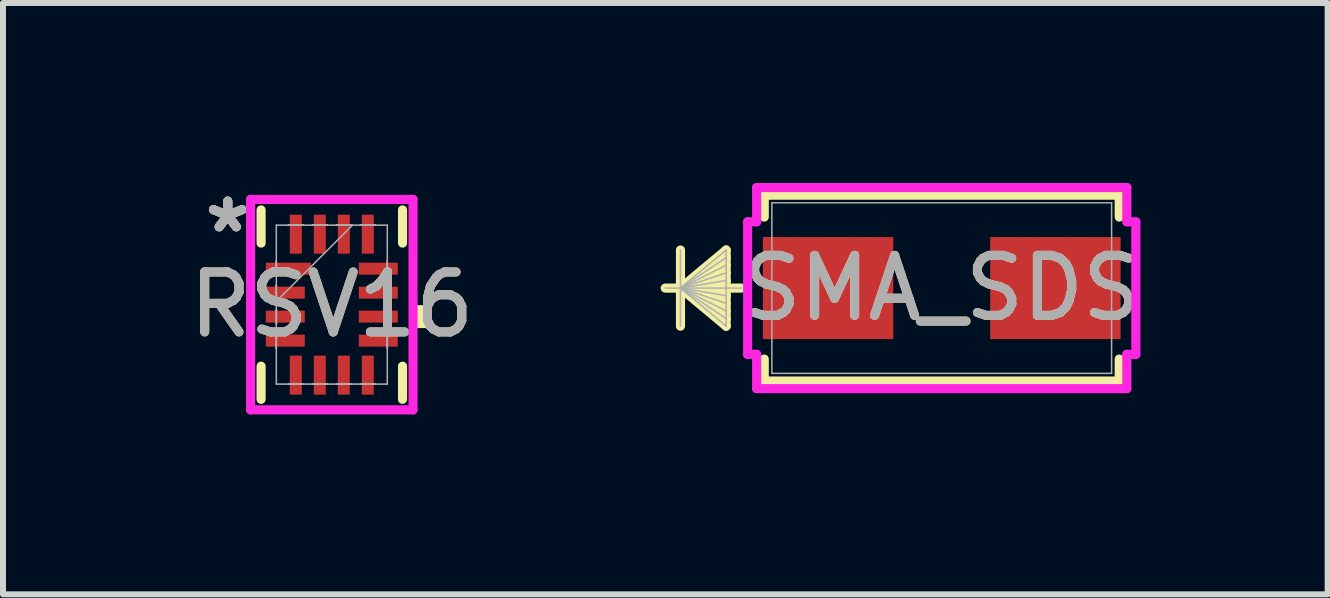
<source format=kicad_pcb>
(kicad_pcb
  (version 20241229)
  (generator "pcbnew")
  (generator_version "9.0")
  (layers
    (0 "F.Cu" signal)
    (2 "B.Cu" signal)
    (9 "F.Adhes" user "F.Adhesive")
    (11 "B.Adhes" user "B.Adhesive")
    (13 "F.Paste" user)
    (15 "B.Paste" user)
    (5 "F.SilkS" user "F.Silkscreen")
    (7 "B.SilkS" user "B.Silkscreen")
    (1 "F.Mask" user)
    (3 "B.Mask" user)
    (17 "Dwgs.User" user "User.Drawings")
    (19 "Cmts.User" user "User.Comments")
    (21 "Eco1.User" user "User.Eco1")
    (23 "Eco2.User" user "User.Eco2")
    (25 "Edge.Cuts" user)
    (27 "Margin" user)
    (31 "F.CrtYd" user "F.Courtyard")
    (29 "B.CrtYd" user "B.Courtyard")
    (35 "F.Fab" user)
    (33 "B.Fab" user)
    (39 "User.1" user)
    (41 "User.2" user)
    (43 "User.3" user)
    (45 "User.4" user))
  (footprint "SMA_SDS"
    (layer "F.Cu")
    (at 12.651 1.753)
    (property "Reference" "SMA_SDS" (at 0 0 0) (unlocked yes) (layer "F.SilkS") (effects (font (size 1 1) (thickness 0.15))))
    (attr smd)
    (fp_line (start -4.356 -0.635) (end -4.356 0.635) (stroke (width 0.152) (type solid)) (layer "F.SilkS"))
    (fp_line (start -4.356 0) (end -3.594 -0.635) (stroke (width 0.152) (type solid)) (layer "F.SilkS"))
    (fp_line (start -4.356 0) (end -3.594 -0.508) (stroke (width 0.152) (type solid)) (layer "F.SilkS"))
    (fp_line (start -4.356 0) (end -3.594 -0.381) (stroke (width 0.152) (type solid)) (layer "F.SilkS"))
    (fp_line (start -4.356 0) (end -3.594 -0.254) (stroke (width 0.152) (type solid)) (layer "F.SilkS"))
    (fp_line (start -4.356 0) (end -3.594 -0.127) (stroke (width 0.152) (type solid)) (layer "F.SilkS"))
    (fp_line (start -4.356 0) (end -3.594 0.127) (stroke (width 0.152) (type solid)) (layer "F.SilkS"))
    (fp_line (start -4.356 0) (end -3.594 0.254) (stroke (width 0.152) (type solid)) (layer "F.SilkS"))
    (fp_line (start -4.356 0) (end -3.594 0.381) (stroke (width 0.152) (type solid)) (layer "F.SilkS"))
    (fp_line (start -4.356 0) (end -3.594 0.508) (stroke (width 0.152) (type solid)) (layer "F.SilkS"))
    (fp_line (start -4.356 0) (end -3.594 0.635) (stroke (width 0.152) (type solid)) (layer "F.SilkS"))
    (fp_line (start -3.594 -0.635) (end -3.594 0.635) (stroke (width 0.152) (type solid)) (layer "F.SilkS"))
    (fp_line (start -3.34 0) (end -4.61 0) (stroke (width 0.152) (type solid)) (layer "F.SilkS"))
    (fp_line (start -2.959 -1.549) (end -2.959 -1.184) (stroke (width 0.152) (type solid)) (layer "F.SilkS"))
    (fp_line (start -2.959 1.184) (end -2.959 1.549) (stroke (width 0.152) (type solid)) (layer "F.SilkS"))
    (fp_line (start -2.959 1.549) (end 2.959 1.549) (stroke (width 0.152) (type solid)) (layer "F.SilkS"))
    (fp_line (start 2.959 -1.549) (end -2.959 -1.549) (stroke (width 0.152) (type solid)) (layer "F.SilkS"))
    (fp_line (start 2.959 -1.184) (end 2.959 -1.549) (stroke (width 0.152) (type solid)) (layer "F.SilkS"))
    (fp_line (start 2.959 1.549) (end 2.959 1.184) (stroke (width 0.152) (type solid)) (layer "F.SilkS"))
    (fp_line (start -3.236 -1.105) (end -3.086 -1.105) (stroke (width 0.152) (type solid)) (layer "F.CrtYd"))
    (fp_line (start -3.236 1.105) (end -3.236 -1.105) (stroke (width 0.152) (type solid)) (layer "F.CrtYd"))
    (fp_line (start -3.086 -1.676) (end 3.086 -1.676) (stroke (width 0.152) (type solid)) (layer "F.CrtYd"))
    (fp_line (start -3.086 -1.105) (end -3.086 -1.676) (stroke (width 0.152) (type solid)) (layer "F.CrtYd"))
    (fp_line (start -3.086 1.105) (end -3.236 1.105) (stroke (width 0.152) (type solid)) (layer "F.CrtYd"))
    (fp_line (start -3.086 1.676) (end -3.086 1.105) (stroke (width 0.152) (type solid)) (layer "F.CrtYd"))
    (fp_line (start 3.086 -1.676) (end 3.086 -1.105) (stroke (width 0.152) (type solid)) (layer "F.CrtYd"))
    (fp_line (start 3.086 -1.105) (end 3.236 -1.105) (stroke (width 0.152) (type solid)) (layer "F.CrtYd"))
    (fp_line (start 3.086 1.105) (end 3.086 1.676) (stroke (width 0.152) (type solid)) (layer "F.CrtYd"))
    (fp_line (start 3.086 1.676) (end -3.086 1.676) (stroke (width 0.152) (type solid)) (layer "F.CrtYd"))
    (fp_line (start 3.236 -1.105) (end 3.236 1.105) (stroke (width 0.152) (type solid)) (layer "F.CrtYd"))
    (fp_line (start 3.236 1.105) (end 3.086 1.105) (stroke (width 0.152) (type solid)) (layer "F.CrtYd"))
    (fp_line (start -4.356 -0.635) (end -4.356 0.635) (stroke (width 0.025) (type solid)) (layer "F.Fab"))
    (fp_line (start -4.356 0) (end -3.594 -0.635) (stroke (width 0.025) (type solid)) (layer "F.Fab"))
    (fp_line (start -4.356 0) (end -3.594 -0.508) (stroke (width 0.025) (type solid)) (layer "F.Fab"))
    (fp_line (start -4.356 0) (end -3.594 -0.381) (stroke (width 0.025) (type solid)) (layer "F.Fab"))
    (fp_line (start -4.356 0) (end -3.594 -0.254) (stroke (width 0.025) (type solid)) (layer "F.Fab"))
    (fp_line (start -4.356 0) (end -3.594 -0.127) (stroke (width 0.025) (type solid)) (layer "F.Fab"))
    (fp_line (start -4.356 0) (end -3.594 0.127) (stroke (width 0.025) (type solid)) (layer "F.Fab"))
    (fp_line (start -4.356 0) (end -3.594 0.254) (stroke (width 0.025) (type solid)) (layer "F.Fab"))
    (fp_line (start -4.356 0) (end -3.594 0.381) (stroke (width 0.025) (type solid)) (layer "F.Fab"))
    (fp_line (start -4.356 0) (end -3.594 0.508) (stroke (width 0.025) (type solid)) (layer "F.Fab"))
    (fp_line (start -4.356 0) (end -3.594 0.635) (stroke (width 0.025) (type solid)) (layer "F.Fab"))
    (fp_line (start -3.594 -0.635) (end -3.594 0.635) (stroke (width 0.025) (type solid)) (layer "F.Fab"))
    (fp_line (start -3.34 0) (end -4.61 0) (stroke (width 0.025) (type solid)) (layer "F.Fab"))
    (fp_line (start -2.832 -1.422) (end -2.832 1.422) (stroke (width 0.025) (type solid)) (layer "F.Fab"))
    (fp_line (start -2.832 1.422) (end 2.832 1.422) (stroke (width 0.025) (type solid)) (layer "F.Fab"))
    (fp_line (start 2.832 -1.422) (end -2.832 -1.422) (stroke (width 0.025) (type solid)) (layer "F.Fab"))
    (fp_line (start 2.832 1.422) (end 2.832 -1.422) (stroke (width 0.025) (type solid)) (layer "F.Fab"))
    (fp_text user "${REFERENCE}" (at 0 0 0) (unlocked yes) (layer "F.Fab") (effects (font (size 1 1) (thickness 0.15))))
    (pad "1" smd rect (at -1.895 0 90) (size 1.702 2.174) (layers "F.Cu" "F.Mask" "F.Paste"))
    (pad "2" smd rect (at 1.895 0 90) (size 1.702 2.174) (layers "F.Cu" "F.Mask" "F.Paste"))
    (zone (net_name "") (layer "F.Cu") (hatch full 0.508) (connect_pads) (min_thickness 0.254) (filled_areas_thickness no) (keepout (tracks not_allowed) (vias not_allowed) (pads allowed) (copperpour not_allowed) (footprints allowed)) (placement (enabled no)) (fill) (polygon (pts (xy 9.869 0.381) (xy 15.432 0.381) (xy 15.432 0.851) (xy 9.869 0.851))))
    (zone (net_name "") (layer "F.Cu") (hatch full 0.508) (connect_pads) (min_thickness 0.254) (filled_areas_thickness no) (keepout (tracks not_allowed) (vias not_allowed) (pads allowed) (copperpour not_allowed) (footprints allowed)) (placement (enabled no)) (fill) (polygon (pts (xy 9.869 2.654) (xy 15.432 2.654) (xy 15.432 3.124) (xy 9.869 3.124))))
    (zone (net_name "") (layer "F.Cu") (hatch full 0.508) (connect_pads) (min_thickness 0.254) (filled_areas_thickness no) (keepout (tracks not_allowed) (vias not_allowed) (pads allowed) (copperpour not_allowed) (footprints allowed)) (placement (enabled no)) (fill) (polygon (pts (xy 11.893 0.851) (xy 13.408 0.851) (xy 13.408 2.654) (xy 11.893 2.654)))))
  (footprint "RSV16"
    (layer "F.Cu")
    (at 2.482 2.029)
    (property "Reference" "RSV16" (at 0 0 0) (unlocked yes) (layer "F.SilkS") (effects (font (size 1 1) (thickness 0.15))))
    (attr smd)
    (fp_poly (pts (xy -1.15 -0.75) (xy -1.15 -0.45) (xy -0.4 -0.45) (xy -0.4 -0.75)) (stroke (width 0) (type solid)) (fill yes) (layer "F.Mask"))
    (fp_poly (pts (xy -1.15 -0.35) (xy -1.15 -0.05) (xy -0.4 -0.05) (xy -0.4 -0.35)) (stroke (width 0) (type solid)) (fill yes) (layer "F.Mask"))
    (fp_poly (pts (xy -1.15 0.05) (xy -1.15 0.35) (xy -0.4 0.35) (xy -0.4 0.05)) (stroke (width 0) (type solid)) (fill yes) (layer "F.Mask"))
    (fp_poly (pts (xy -1.15 0.45) (xy -1.15 0.75) (xy -0.4 0.75) (xy -0.4 0.45)) (stroke (width 0) (type solid)) (fill yes) (layer "F.Mask"))
    (fp_poly (pts (xy -0.75 -1.55) (xy -0.75 -0.8) (xy -0.45 -0.8) (xy -0.45 -1.55)) (stroke (width 0) (type solid)) (fill yes) (layer "F.Mask"))
    (fp_poly (pts (xy -0.75 0.8) (xy -0.75 1.55) (xy -0.45 1.55) (xy -0.45 0.8)) (stroke (width 0) (type solid)) (fill yes) (layer "F.Mask"))
    (fp_poly (pts (xy -0.35 -1.55) (xy -0.35 -0.8) (xy -0.05 -0.8) (xy -0.05 -1.55)) (stroke (width 0) (type solid)) (fill yes) (layer "F.Mask"))
    (fp_poly (pts (xy -0.35 0.8) (xy -0.35 1.55) (xy -0.05 1.55) (xy -0.05 0.8)) (stroke (width 0) (type solid)) (fill yes) (layer "F.Mask"))
    (fp_poly (pts (xy 0.05 -1.55) (xy 0.05 -0.8) (xy 0.35 -0.8) (xy 0.35 -1.55)) (stroke (width 0) (type solid)) (fill yes) (layer "F.Mask"))
    (fp_poly (pts (xy 0.05 0.8) (xy 0.05 1.55) (xy 0.35 1.55) (xy 0.35 0.8)) (stroke (width 0) (type solid)) (fill yes) (layer "F.Mask"))
    (fp_poly (pts (xy 0.4 -0.75) (xy 0.4 -0.45) (xy 1.15 -0.45) (xy 1.15 -0.75)) (stroke (width 0) (type solid)) (fill yes) (layer "F.Mask"))
    (fp_poly (pts (xy 0.4 -0.35) (xy 0.4 -0.05) (xy 1.15 -0.05) (xy 1.15 -0.35)) (stroke (width 0) (type solid)) (fill yes) (layer "F.Mask"))
    (fp_poly (pts (xy 0.4 0.05) (xy 0.4 0.35) (xy 1.15 0.35) (xy 1.15 0.05)) (stroke (width 0) (type solid)) (fill yes) (layer "F.Mask"))
    (fp_poly (pts (xy 0.4 0.45) (xy 0.4 0.75) (xy 1.15 0.75) (xy 1.15 0.45)) (stroke (width 0) (type solid)) (fill yes) (layer "F.Mask"))
    (fp_poly (pts (xy 0.45 -1.55) (xy 0.45 -0.8) (xy 0.75 -0.8) (xy 0.75 -1.55)) (stroke (width 0) (type solid)) (fill yes) (layer "F.Mask"))
    (fp_poly (pts (xy 0.45 0.8) (xy 0.45 1.55) (xy 0.75 1.55) (xy 0.75 0.8)) (stroke (width 0) (type solid)) (fill yes) (layer "F.Mask"))
    (fp_line (start -1.179 -1.579) (end -1.179 -1.026) (stroke (width 0.152) (type solid)) (layer "F.SilkS"))
    (fp_line (start -1.179 1.026) (end -1.179 1.579) (stroke (width 0.152) (type solid)) (layer "F.SilkS"))
    (fp_line (start 1.179 -1.026) (end 1.179 -1.579) (stroke (width 0.152) (type solid)) (layer "F.SilkS"))
    (fp_line (start 1.179 1.579) (end 1.179 1.026) (stroke (width 0.152) (type solid)) (layer "F.SilkS"))
    (fp_poly (pts (xy 1.608 0.009) (xy 1.608 0.391) (xy 1.354 0.391) (xy 1.354 0.009)) (stroke (width 0) (type solid)) (fill yes) (layer "F.SilkS"))
    (fp_poly (pts (xy -1.075 -0.675) (xy -1.075 -0.525) (xy -0.475 -0.525) (xy -0.475 -0.675)) (stroke (width 0) (type solid)) (fill yes) (layer "F.Paste"))
    (fp_poly (pts (xy -1.075 -0.275) (xy -1.075 -0.125) (xy -0.475 -0.125) (xy -0.475 -0.275)) (stroke (width 0) (type solid)) (fill yes) (layer "F.Paste"))
    (fp_poly (pts (xy -1.075 0.125) (xy -1.075 0.275) (xy -0.475 0.275) (xy -0.475 0.125)) (stroke (width 0) (type solid)) (fill yes) (layer "F.Paste"))
    (fp_poly (pts (xy -1.075 0.525) (xy -1.075 0.675) (xy -0.475 0.675) (xy -0.475 0.525)) (stroke (width 0) (type solid)) (fill yes) (layer "F.Paste"))
    (fp_poly (pts (xy -0.675 -1.475) (xy -0.675 -0.875) (xy -0.525 -0.875) (xy -0.525 -1.475)) (stroke (width 0) (type solid)) (fill yes) (layer "F.Paste"))
    (fp_poly (pts (xy -0.675 0.875) (xy -0.675 1.475) (xy -0.525 1.475) (xy -0.525 0.875)) (stroke (width 0) (type solid)) (fill yes) (layer "F.Paste"))
    (fp_poly (pts (xy -0.275 -1.475) (xy -0.275 -0.875) (xy -0.125 -0.875) (xy -0.125 -1.475)) (stroke (width 0) (type solid)) (fill yes) (layer "F.Paste"))
    (fp_poly (pts (xy -0.275 0.875) (xy -0.275 1.475) (xy -0.125 1.475) (xy -0.125 0.875)) (stroke (width 0) (type solid)) (fill yes) (layer "F.Paste"))
    (fp_poly (pts (xy 0.125 -1.475) (xy 0.125 -0.875) (xy 0.275 -0.875) (xy 0.275 -1.475)) (stroke (width 0) (type solid)) (fill yes) (layer "F.Paste"))
    (fp_poly (pts (xy 0.125 0.875) (xy 0.125 1.475) (xy 0.275 1.475) (xy 0.275 0.875)) (stroke (width 0) (type solid)) (fill yes) (layer "F.Paste"))
    (fp_poly (pts (xy 0.475 -0.675) (xy 0.475 -0.525) (xy 1.075 -0.525) (xy 1.075 -0.675)) (stroke (width 0) (type solid)) (fill yes) (layer "F.Paste"))
    (fp_poly (pts (xy 0.475 -0.275) (xy 0.475 -0.125) (xy 1.075 -0.125) (xy 1.075 -0.275)) (stroke (width 0) (type solid)) (fill yes) (layer "F.Paste"))
    (fp_poly (pts (xy 0.475 0.125) (xy 0.475 0.275) (xy 1.075 0.275) (xy 1.075 0.125)) (stroke (width 0) (type solid)) (fill yes) (layer "F.Paste"))
    (fp_poly (pts (xy 0.475 0.525) (xy 0.475 0.675) (xy 1.075 0.675) (xy 1.075 0.525)) (stroke (width 0) (type solid)) (fill yes) (layer "F.Paste"))
    (fp_poly (pts (xy 0.525 -1.475) (xy 0.525 -0.875) (xy 0.675 -0.875) (xy 0.675 -1.475)) (stroke (width 0) (type solid)) (fill yes) (layer "F.Paste"))
    (fp_poly (pts (xy 0.525 0.875) (xy 0.525 1.475) (xy 0.675 1.475) (xy 0.675 0.875)) (stroke (width 0) (type solid)) (fill yes) (layer "F.Paste"))
    (fp_line (start -1.354 -1.754) (end 1.354 -1.754) (stroke (width 0.152) (type solid)) (layer "F.CrtYd"))
    (fp_line (start -1.354 1.754) (end -1.354 -1.754) (stroke (width 0.152) (type solid)) (layer "F.CrtYd"))
    (fp_line (start 1.354 -1.754) (end 1.354 1.754) (stroke (width 0.152) (type solid)) (layer "F.CrtYd"))
    (fp_line (start 1.354 1.754) (end -1.354 1.754) (stroke (width 0.152) (type solid)) (layer "F.CrtYd"))
    (fp_line (start -0.925 -1.325) (end -0.925 1.325) (stroke (width 0.025) (type solid)) (layer "F.Fab"))
    (fp_line (start -0.925 -0.725) (end -0.925 -0.725) (stroke (width 0.025) (type solid)) (layer "F.Fab"))
    (fp_line (start -0.925 -0.725) (end -0.925 -0.475) (stroke (width 0.025) (type solid)) (layer "F.Fab"))
    (fp_line (start -0.925 -0.475) (end -0.925 -0.725) (stroke (width 0.025) (type solid)) (layer "F.Fab"))
    (fp_line (start -0.925 -0.475) (end -0.925 -0.475) (stroke (width 0.025) (type solid)) (layer "F.Fab"))
    (fp_line (start -0.925 -0.325) (end -0.925 -0.325) (stroke (width 0.025) (type solid)) (layer "F.Fab"))
    (fp_line (start -0.925 -0.325) (end -0.925 -0.075) (stroke (width 0.025) (type solid)) (layer "F.Fab"))
    (fp_line (start -0.925 -0.075) (end -0.925 -0.325) (stroke (width 0.025) (type solid)) (layer "F.Fab"))
    (fp_line (start -0.925 -0.075) (end -0.925 -0.075) (stroke (width 0.025) (type solid)) (layer "F.Fab"))
    (fp_line (start -0.925 -0.055) (end 0.345 -1.325) (stroke (width 0.025) (type solid)) (layer "F.Fab"))
    (fp_line (start -0.925 0.075) (end -0.925 0.075) (stroke (width 0.025) (type solid)) (layer "F.Fab"))
    (fp_line (start -0.925 0.075) (end -0.925 0.325) (stroke (width 0.025) (type solid)) (layer "F.Fab"))
    (fp_line (start -0.925 0.325) (end -0.925 0.075) (stroke (width 0.025) (type solid)) (layer "F.Fab"))
    (fp_line (start -0.925 0.325) (end -0.925 0.325) (stroke (width 0.025) (type solid)) (layer "F.Fab"))
    (fp_line (start -0.925 0.475) (end -0.925 0.475) (stroke (width 0.025) (type solid)) (layer "F.Fab"))
    (fp_line (start -0.925 0.475) (end -0.925 0.725) (stroke (width 0.025) (type solid)) (layer "F.Fab"))
    (fp_line (start -0.925 0.725) (end -0.925 0.475) (stroke (width 0.025) (type solid)) (layer "F.Fab"))
    (fp_line (start -0.925 0.725) (end -0.925 0.725) (stroke (width 0.025) (type solid)) (layer "F.Fab"))
    (fp_line (start -0.925 1.325) (end 0.925 1.325) (stroke (width 0.025) (type solid)) (layer "F.Fab"))
    (fp_line (start -0.725 -1.325) (end -0.725 -1.325) (stroke (width 0.025) (type solid)) (layer "F.Fab"))
    (fp_line (start -0.725 -1.325) (end -0.475 -1.325) (stroke (width 0.025) (type solid)) (layer "F.Fab"))
    (fp_line (start -0.725 1.325) (end -0.725 1.325) (stroke (width 0.025) (type solid)) (layer "F.Fab"))
    (fp_line (start -0.725 1.325) (end -0.475 1.325) (stroke (width 0.025) (type solid)) (layer "F.Fab"))
    (fp_line (start -0.475 -1.325) (end -0.725 -1.325) (stroke (width 0.025) (type solid)) (layer "F.Fab"))
    (fp_line (start -0.475 -1.325) (end -0.475 -1.325) (stroke (width 0.025) (type solid)) (layer "F.Fab"))
    (fp_line (start -0.475 1.325) (end -0.725 1.325) (stroke (width 0.025) (type solid)) (layer "F.Fab"))
    (fp_line (start -0.475 1.325) (end -0.475 1.325) (stroke (width 0.025) (type solid)) (layer "F.Fab"))
    (fp_line (start -0.325 -1.325) (end -0.325 -1.325) (stroke (width 0.025) (type solid)) (layer "F.Fab"))
    (fp_line (start -0.325 -1.325) (end -0.075 -1.325) (stroke (width 0.025) (type solid)) (layer "F.Fab"))
    (fp_line (start -0.325 1.325) (end -0.325 1.325) (stroke (width 0.025) (type solid)) (layer "F.Fab"))
    (fp_line (start -0.325 1.325) (end -0.075 1.325) (stroke (width 0.025) (type solid)) (layer "F.Fab"))
    (fp_line (start -0.075 -1.325) (end -0.325 -1.325) (stroke (width 0.025) (type solid)) (layer "F.Fab"))
    (fp_line (start -0.075 -1.325) (end -0.075 -1.325) (stroke (width 0.025) (type solid)) (layer "F.Fab"))
    (fp_line (start -0.075 1.325) (end -0.325 1.325) (stroke (width 0.025) (type solid)) (layer "F.Fab"))
    (fp_line (start -0.075 1.325) (end -0.075 1.325) (stroke (width 0.025) (type solid)) (layer "F.Fab"))
    (fp_line (start 0.075 -1.325) (end 0.075 -1.325) (stroke (width 0.025) (type solid)) (layer "F.Fab"))
    (fp_line (start 0.075 -1.325) (end 0.325 -1.325) (stroke (width 0.025) (type solid)) (layer "F.Fab"))
    (fp_line (start 0.075 1.325) (end 0.075 1.325) (stroke (width 0.025) (type solid)) (layer "F.Fab"))
    (fp_line (start 0.075 1.325) (end 0.325 1.325) (stroke (width 0.025) (type solid)) (layer "F.Fab"))
    (fp_line (start 0.325 -1.325) (end 0.075 -1.325) (stroke (width 0.025) (type solid)) (layer "F.Fab"))
    (fp_line (start 0.325 -1.325) (end 0.325 -1.325) (stroke (width 0.025) (type solid)) (layer "F.Fab"))
    (fp_line (start 0.325 1.325) (end 0.075 1.325) (stroke (width 0.025) (type solid)) (layer "F.Fab"))
    (fp_line (start 0.325 1.325) (end 0.325 1.325) (stroke (width 0.025) (type solid)) (layer "F.Fab"))
    (fp_line (start 0.475 -1.325) (end 0.475 -1.325) (stroke (width 0.025) (type solid)) (layer "F.Fab"))
    (fp_line (start 0.475 -1.325) (end 0.725 -1.325) (stroke (width 0.025) (type solid)) (layer "F.Fab"))
    (fp_line (start 0.475 1.325) (end 0.475 1.325) (stroke (width 0.025) (type solid)) (layer "F.Fab"))
    (fp_line (start 0.475 1.325) (end 0.725 1.325) (stroke (width 0.025) (type solid)) (layer "F.Fab"))
    (fp_line (start 0.725 -1.325) (end 0.475 -1.325) (stroke (width 0.025) (type solid)) (layer "F.Fab"))
    (fp_line (start 0.725 -1.325) (end 0.725 -1.325) (stroke (width 0.025) (type solid)) (layer "F.Fab"))
    (fp_line (start 0.725 1.325) (end 0.475 1.325) (stroke (width 0.025) (type solid)) (layer "F.Fab"))
    (fp_line (start 0.725 1.325) (end 0.725 1.325) (stroke (width 0.025) (type solid)) (layer "F.Fab"))
    (fp_line (start 0.925 -1.325) (end -0.925 -1.325) (stroke (width 0.025) (type solid)) (layer "F.Fab"))
    (fp_line (start 0.925 -0.725) (end 0.925 -0.725) (stroke (width 0.025) (type solid)) (layer "F.Fab"))
    (fp_line (start 0.925 -0.725) (end 0.925 -0.475) (stroke (width 0.025) (type solid)) (layer "F.Fab"))
    (fp_line (start 0.925 -0.475) (end 0.925 -0.725) (stroke (width 0.025) (type solid)) (layer "F.Fab"))
    (fp_line (start 0.925 -0.475) (end 0.925 -0.475) (stroke (width 0.025) (type solid)) (layer "F.Fab"))
    (fp_line (start 0.925 -0.325) (end 0.925 -0.325) (stroke (width 0.025) (type solid)) (layer "F.Fab"))
    (fp_line (start 0.925 -0.325) (end 0.925 -0.075) (stroke (width 0.025) (type solid)) (layer "F.Fab"))
    (fp_line (start 0.925 -0.075) (end 0.925 -0.325) (stroke (width 0.025) (type solid)) (layer "F.Fab"))
    (fp_line (start 0.925 -0.075) (end 0.925 -0.075) (stroke (width 0.025) (type solid)) (layer "F.Fab"))
    (fp_line (start 0.925 0.075) (end 0.925 0.075) (stroke (width 0.025) (type solid)) (layer "F.Fab"))
    (fp_line (start 0.925 0.075) (end 0.925 0.325) (stroke (width 0.025) (type solid)) (layer "F.Fab"))
    (fp_line (start 0.925 0.325) (end 0.925 0.075) (stroke (width 0.025) (type solid)) (layer "F.Fab"))
    (fp_line (start 0.925 0.325) (end 0.925 0.325) (stroke (width 0.025) (type solid)) (layer "F.Fab"))
    (fp_line (start 0.925 0.475) (end 0.925 0.475) (stroke (width 0.025) (type solid)) (layer "F.Fab"))
    (fp_line (start 0.925 0.475) (end 0.925 0.725) (stroke (width 0.025) (type solid)) (layer "F.Fab"))
    (fp_line (start 0.925 0.725) (end 0.925 0.475) (stroke (width 0.025) (type solid)) (layer "F.Fab"))
    (fp_line (start 0.925 0.725) (end 0.925 0.725) (stroke (width 0.025) (type solid)) (layer "F.Fab"))
    (fp_line (start 0.925 1.325) (end 0.925 -1.325) (stroke (width 0.025) (type solid)) (layer "F.Fab"))
    (fp_text user "*" (at -1.735 -1.181 0) (unlocked yes) (layer "F.SilkS") (effects (font (size 1 1) (thickness 0.15))))
    (fp_text user "*" (at -1.735 -1.181 0) (layer "F.SilkS") (effects (font (size 1 1) (thickness 0.15))))
    (fp_text user "${REFERENCE}" (at 0 0 0) (unlocked yes) (layer "F.Fab") (effects (font (size 1 1) (thickness 0.15))))
    (fp_text user "*" (at -1.735 -1.181 0) (layer "F.Fab") (effects (font (size 1 1) (thickness 0.15))))
    (fp_text user "*" (at -1.735 -1.181 0) (unlocked yes) (layer "F.Fab") (effects (font (size 1 1) (thickness 0.15))))
    (pad "1" smd rect (at -0.724 -0.6 90) (size 0.2 0.75) (layers "F.Cu" "F.Mask" "F.Paste"))
    (pad "2" smd rect (at -0.775 -0.2 90) (size 0.2 0.65) (layers "F.Cu" "F.Mask"))
    (pad "3" smd rect (at -0.775 0.2 90) (size 0.2 0.65) (layers "F.Cu" "F.Mask"))
    (pad "4" smd rect (at -0.775 0.6 90) (size 0.2 0.65) (layers "F.Cu" "F.Mask"))
    (pad "5" smd rect (at -0.6 1.175) (size 0.2 0.65) (layers "F.Cu" "F.Mask"))
    (pad "6" smd rect (at -0.2 1.175) (size 0.2 0.65) (layers "F.Cu" "F.Mask"))
    (pad "7" smd rect (at 0.2 1.175) (size 0.2 0.65) (layers "F.Cu" "F.Mask"))
    (pad "8" smd rect (at 0.6 1.175) (size 0.2 0.65) (layers "F.Cu" "F.Mask"))
    (pad "9" smd rect (at 0.775 0.6 90) (size 0.2 0.65) (layers "F.Cu" "F.Mask"))
    (pad "10" smd rect (at 0.775 0.2 90) (size 0.2 0.65) (layers "F.Cu" "F.Mask"))
    (pad "11" smd rect (at 0.775 -0.2 90) (size 0.2 0.65) (layers "F.Cu" "F.Mask"))
    (pad "12" smd rect (at 0.775 -0.6 90) (size 0.2 0.65) (layers "F.Cu" "F.Mask"))
    (pad "13" smd rect (at 0.6 -1.175) (size 0.2 0.65) (layers "F.Cu" "F.Mask"))
    (pad "14" smd rect (at 0.2 -1.175) (size 0.2 0.65) (layers "F.Cu" "F.Mask"))
    (pad "15" smd rect (at -0.2 -1.175) (size 0.2 0.65) (layers "F.Cu" "F.Mask"))
    (pad "16" smd rect (at -0.6 -1.175) (size 0.2 0.65) (layers "F.Cu" "F.Mask")))
  (gr_rect
    (start -3 -3)
    (end 19.085 6.859)
    (stroke (width 0.1) (type default))
    (fill no)
    (layer "Edge.Cuts")))
</source>
